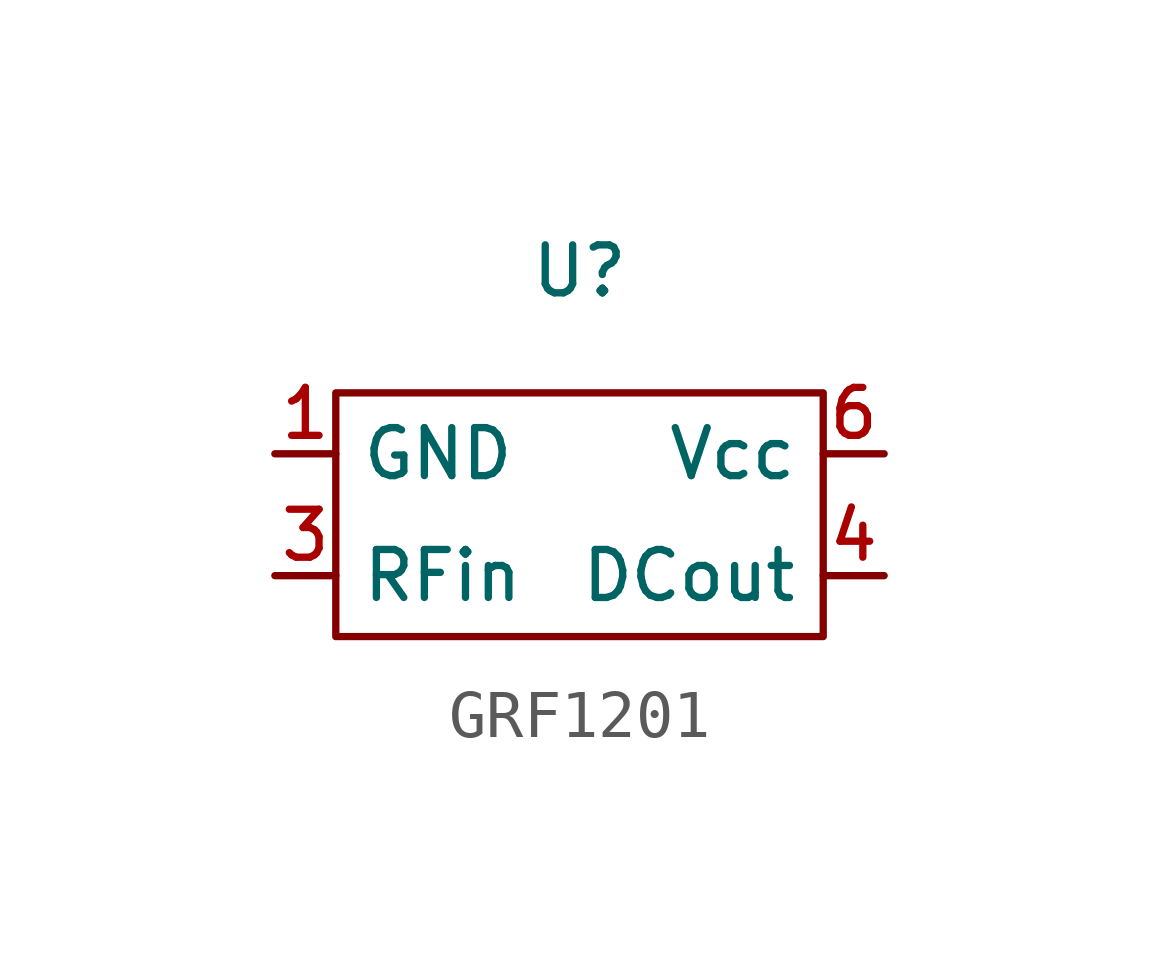
<source format=kicad_sym>
(kicad_symbol_lib
  (version 20220914)
  (generator kicad_symbol_editor)
  (symbol "GRF1201"
    (property "Reference" "U"
      (at 0 5.08 0)
      (effects (font (size 1 1))))
    (property "Value" ""
      (at -1.27 0 0)
      (effects (font (size 1.27 1.27))))
    (symbol "GRF1201_0_1"
      (rectangle (start -5.08 2.54) (end 5.08 -2.54) (stroke (width 0) (type default)) (fill (type none))))
    (symbol "GRF1201_1_1"
      (pin power_in line (at -6.35 1.27 0) (length 1.27) (name "GND" (effects (font (size 1 1)))) (number "1" (effects (font (size 1 1)))))
      (pin power_in line (at -6.35 1.27 0) (length 1.27) hide (name "GND" (effects (font (size 1 1)))) (number "2" (effects (font (size 1 1)))))
      (pin input line (at -6.35 -1.27 0) (length 1.27) (name "RFin" (effects (font (size 1 1)))) (number "3" (effects (font (size 1 1)))))
      (pin output line (at 6.35 -1.27 180) (length 1.27) (name "DCout" (effects (font (size 1 1)))) (number "4" (effects (font (size 1 1)))))
      (pin power_in line (at -6.35 1.27 0) (length 1.27) hide (name "GND" (effects (font (size 1 1)))) (number "5" (effects (font (size 1 1)))))
      (pin output line (at 6.35 1.27 180) (length 1.27) (name "Vcc" (effects (font (size 1 1)))) (number "6" (effects (font (size 1 1)))))
      (pin power_in line (at -6.35 1.27 0) (length 1.27) hide (name "GND" (effects (font (size 1 1)))) (number "7" (effects (font (size 1 1))))))))
</source>
